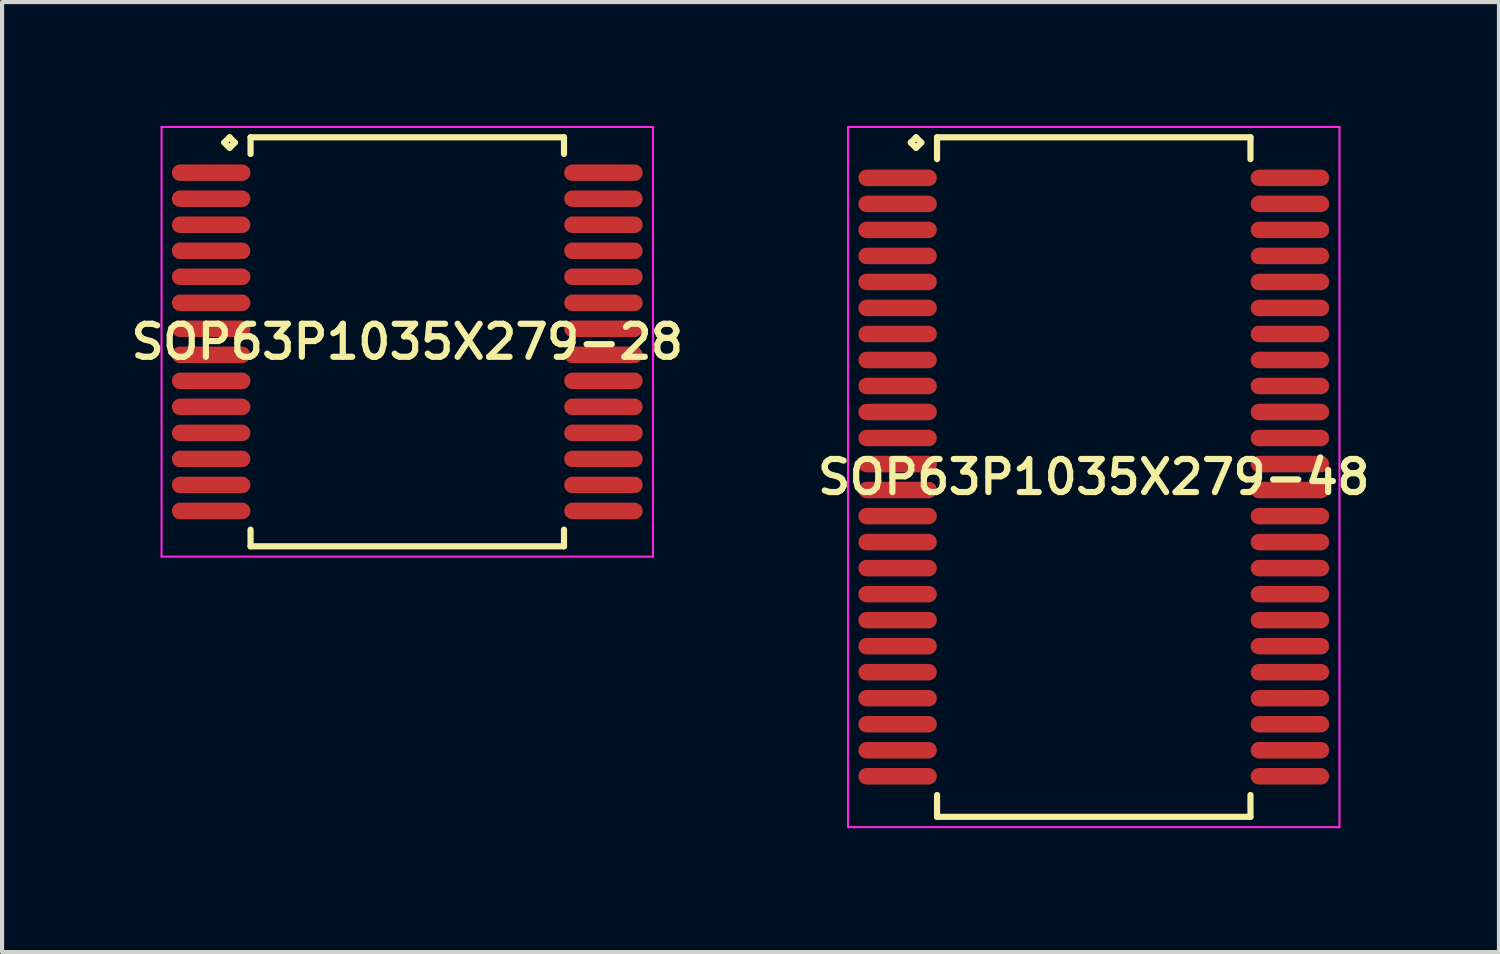
<source format=kicad_pcb>
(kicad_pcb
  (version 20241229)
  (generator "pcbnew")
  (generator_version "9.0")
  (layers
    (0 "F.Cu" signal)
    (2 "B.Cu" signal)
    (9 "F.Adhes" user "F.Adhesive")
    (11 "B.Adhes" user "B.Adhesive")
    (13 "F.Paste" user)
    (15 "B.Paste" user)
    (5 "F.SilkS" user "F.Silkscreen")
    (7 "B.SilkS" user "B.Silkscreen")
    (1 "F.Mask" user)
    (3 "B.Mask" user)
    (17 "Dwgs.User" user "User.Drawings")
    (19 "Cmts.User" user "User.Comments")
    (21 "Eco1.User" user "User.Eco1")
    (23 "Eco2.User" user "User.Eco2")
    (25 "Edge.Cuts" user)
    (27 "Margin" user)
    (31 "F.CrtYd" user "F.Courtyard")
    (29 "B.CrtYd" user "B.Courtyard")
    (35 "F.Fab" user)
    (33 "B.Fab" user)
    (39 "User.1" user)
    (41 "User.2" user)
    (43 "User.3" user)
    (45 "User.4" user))
  (footprint "SOP63P1035X279-28"
    (layer "F.Cu")
    (at 6.812 5.227)
    (property "Reference" "SOP63P1035X279-28" (at 0 0 0) (layer "F.SilkS") (effects (font (size 0.8 0.8) (thickness 0.15))))
    (attr smd)
    (fp_line (start -4.43 -4.825) (end -4.303 -4.952) (stroke (width 0.15) (type solid)) (layer "F.SilkS"))
    (fp_line (start -4.303 -4.952) (end -4.176 -4.825) (stroke (width 0.15) (type solid)) (layer "F.SilkS"))
    (fp_line (start -4.303 -4.698) (end -4.43 -4.825) (stroke (width 0.15) (type solid)) (layer "F.SilkS"))
    (fp_line (start -4.176 -4.825) (end -4.303 -4.698) (stroke (width 0.15) (type solid)) (layer "F.SilkS"))
    (fp_line (start -3.795 -4.952) (end 3.795 -4.952) (stroke (width 0.15) (type solid)) (layer "F.SilkS"))
    (fp_line (start -3.795 -4.549) (end -3.795 -4.952) (stroke (width 0.15) (type solid)) (layer "F.SilkS"))
    (fp_line (start -3.795 4.549) (end -3.795 4.952) (stroke (width 0.15) (type solid)) (layer "F.SilkS"))
    (fp_line (start -3.795 4.952) (end 3.795 4.952) (stroke (width 0.15) (type solid)) (layer "F.SilkS"))
    (fp_line (start 3.795 -4.952) (end 3.795 -4.549) (stroke (width 0.15) (type solid)) (layer "F.SilkS"))
    (fp_line (start 3.795 4.952) (end 3.795 4.549) (stroke (width 0.15) (type solid)) (layer "F.SilkS"))
    (fp_line (start -5.95 -5.202) (end 5.95 -5.202) (stroke (width 0.05) (type solid)) (layer "F.CrtYd"))
    (fp_line (start -5.95 5.202) (end -5.95 -5.202) (stroke (width 0.05) (type solid)) (layer "F.CrtYd"))
    (fp_line (start 5.95 -5.202) (end 5.95 5.202) (stroke (width 0.05) (type solid)) (layer "F.CrtYd"))
    (fp_line (start 5.95 5.202) (end -5.95 5.202) (stroke (width 0.05) (type solid)) (layer "F.CrtYd"))
    (pad "1" smd oval (at -4.75 -4.095) (size 1.9 0.4) (layers "F.Cu" "F.Mask" "F.Paste"))
    (pad "2" smd oval (at -4.75 -3.465) (size 1.9 0.4) (layers "F.Cu" "F.Mask" "F.Paste"))
    (pad "3" smd oval (at -4.75 -2.835) (size 1.9 0.4) (layers "F.Cu" "F.Mask" "F.Paste"))
    (pad "4" smd oval (at -4.75 -2.205) (size 1.9 0.4) (layers "F.Cu" "F.Mask" "F.Paste"))
    (pad "5" smd oval (at -4.75 -1.575) (size 1.9 0.4) (layers "F.Cu" "F.Mask" "F.Paste"))
    (pad "6" smd oval (at -4.75 -0.945) (size 1.9 0.4) (layers "F.Cu" "F.Mask" "F.Paste"))
    (pad "7" smd oval (at -4.75 -0.315) (size 1.9 0.4) (layers "F.Cu" "F.Mask" "F.Paste"))
    (pad "8" smd oval (at -4.75 0.315) (size 1.9 0.4) (layers "F.Cu" "F.Mask" "F.Paste"))
    (pad "9" smd oval (at -4.75 0.945) (size 1.9 0.4) (layers "F.Cu" "F.Mask" "F.Paste"))
    (pad "10" smd oval (at -4.75 1.575) (size 1.9 0.4) (layers "F.Cu" "F.Mask" "F.Paste"))
    (pad "11" smd oval (at -4.75 2.205) (size 1.9 0.4) (layers "F.Cu" "F.Mask" "F.Paste"))
    (pad "12" smd oval (at -4.75 2.835) (size 1.9 0.4) (layers "F.Cu" "F.Mask" "F.Paste"))
    (pad "13" smd oval (at -4.75 3.465) (size 1.9 0.4) (layers "F.Cu" "F.Mask" "F.Paste"))
    (pad "14" smd oval (at -4.75 4.095) (size 1.9 0.4) (layers "F.Cu" "F.Mask" "F.Paste"))
    (pad "15" smd oval (at 4.75 4.095) (size 1.9 0.4) (layers "F.Cu" "F.Mask" "F.Paste"))
    (pad "16" smd oval (at 4.75 3.465) (size 1.9 0.4) (layers "F.Cu" "F.Mask" "F.Paste"))
    (pad "17" smd oval (at 4.75 2.835) (size 1.9 0.4) (layers "F.Cu" "F.Mask" "F.Paste"))
    (pad "18" smd oval (at 4.75 2.205) (size 1.9 0.4) (layers "F.Cu" "F.Mask" "F.Paste"))
    (pad "19" smd oval (at 4.75 1.575) (size 1.9 0.4) (layers "F.Cu" "F.Mask" "F.Paste"))
    (pad "20" smd oval (at 4.75 0.945) (size 1.9 0.4) (layers "F.Cu" "F.Mask" "F.Paste"))
    (pad "21" smd oval (at 4.75 0.315) (size 1.9 0.4) (layers "F.Cu" "F.Mask" "F.Paste"))
    (pad "22" smd oval (at 4.75 -0.315) (size 1.9 0.4) (layers "F.Cu" "F.Mask" "F.Paste"))
    (pad "23" smd oval (at 4.75 -0.945) (size 1.9 0.4) (layers "F.Cu" "F.Mask" "F.Paste"))
    (pad "24" smd oval (at 4.75 -1.575) (size 1.9 0.4) (layers "F.Cu" "F.Mask" "F.Paste"))
    (pad "25" smd oval (at 4.75 -2.205) (size 1.9 0.4) (layers "F.Cu" "F.Mask" "F.Paste"))
    (pad "26" smd oval (at 4.75 -2.835) (size 1.9 0.4) (layers "F.Cu" "F.Mask" "F.Paste"))
    (pad "27" smd oval (at 4.75 -3.465) (size 1.9 0.4) (layers "F.Cu" "F.Mask" "F.Paste"))
    (pad "28" smd oval (at 4.75 -4.095) (size 1.9 0.4) (layers "F.Cu" "F.Mask" "F.Paste")))
  (footprint "SOP63P1035X279-48"
    (layer "F.Cu")
    (at 23.435 8.502)
    (property "Reference" "SOP63P1035X279-48" (at 0 0 0) (layer "F.SilkS") (effects (font (size 0.8 0.8) (thickness 0.15))))
    (attr smd)
    (fp_line (start -4.43 -8.1) (end -4.303 -8.227) (stroke (width 0.15) (type solid)) (layer "F.SilkS"))
    (fp_line (start -4.303 -8.227) (end -4.176 -8.1) (stroke (width 0.15) (type solid)) (layer "F.SilkS"))
    (fp_line (start -4.303 -7.973) (end -4.43 -8.1) (stroke (width 0.15) (type solid)) (layer "F.SilkS"))
    (fp_line (start -4.176 -8.1) (end -4.303 -7.973) (stroke (width 0.15) (type solid)) (layer "F.SilkS"))
    (fp_line (start -3.795 -8.227) (end 3.795 -8.227) (stroke (width 0.15) (type solid)) (layer "F.SilkS"))
    (fp_line (start -3.795 -7.699) (end -3.795 -8.227) (stroke (width 0.15) (type solid)) (layer "F.SilkS"))
    (fp_line (start -3.795 7.699) (end -3.795 8.227) (stroke (width 0.15) (type solid)) (layer "F.SilkS"))
    (fp_line (start -3.795 8.227) (end 3.795 8.227) (stroke (width 0.15) (type solid)) (layer "F.SilkS"))
    (fp_line (start 3.795 -8.227) (end 3.795 -7.699) (stroke (width 0.15) (type solid)) (layer "F.SilkS"))
    (fp_line (start 3.795 8.227) (end 3.795 7.699) (stroke (width 0.15) (type solid)) (layer "F.SilkS"))
    (fp_line (start -5.95 -8.477) (end 5.95 -8.477) (stroke (width 0.05) (type solid)) (layer "F.CrtYd"))
    (fp_line (start -5.95 8.477) (end -5.95 -8.477) (stroke (width 0.05) (type solid)) (layer "F.CrtYd"))
    (fp_line (start 5.95 -8.477) (end 5.95 8.477) (stroke (width 0.05) (type solid)) (layer "F.CrtYd"))
    (fp_line (start 5.95 8.477) (end -5.95 8.477) (stroke (width 0.05) (type solid)) (layer "F.CrtYd"))
    (pad "1" smd oval (at -4.75 -7.245) (size 1.9 0.4) (layers "F.Cu" "F.Mask" "F.Paste"))
    (pad "2" smd oval (at -4.75 -6.615) (size 1.9 0.4) (layers "F.Cu" "F.Mask" "F.Paste"))
    (pad "3" smd oval (at -4.75 -5.985) (size 1.9 0.4) (layers "F.Cu" "F.Mask" "F.Paste"))
    (pad "4" smd oval (at -4.75 -5.355) (size 1.9 0.4) (layers "F.Cu" "F.Mask" "F.Paste"))
    (pad "5" smd oval (at -4.75 -4.725) (size 1.9 0.4) (layers "F.Cu" "F.Mask" "F.Paste"))
    (pad "6" smd oval (at -4.75 -4.095) (size 1.9 0.4) (layers "F.Cu" "F.Mask" "F.Paste"))
    (pad "7" smd oval (at -4.75 -3.465) (size 1.9 0.4) (layers "F.Cu" "F.Mask" "F.Paste"))
    (pad "8" smd oval (at -4.75 -2.835) (size 1.9 0.4) (layers "F.Cu" "F.Mask" "F.Paste"))
    (pad "9" smd oval (at -4.75 -2.205) (size 1.9 0.4) (layers "F.Cu" "F.Mask" "F.Paste"))
    (pad "10" smd oval (at -4.75 -1.575) (size 1.9 0.4) (layers "F.Cu" "F.Mask" "F.Paste"))
    (pad "11" smd oval (at -4.75 -0.945) (size 1.9 0.4) (layers "F.Cu" "F.Mask" "F.Paste"))
    (pad "12" smd oval (at -4.75 -0.315) (size 1.9 0.4) (layers "F.Cu" "F.Mask" "F.Paste"))
    (pad "13" smd oval (at -4.75 0.315) (size 1.9 0.4) (layers "F.Cu" "F.Mask" "F.Paste"))
    (pad "14" smd oval (at -4.75 0.945) (size 1.9 0.4) (layers "F.Cu" "F.Mask" "F.Paste"))
    (pad "15" smd oval (at -4.75 1.575) (size 1.9 0.4) (layers "F.Cu" "F.Mask" "F.Paste"))
    (pad "16" smd oval (at -4.75 2.205) (size 1.9 0.4) (layers "F.Cu" "F.Mask" "F.Paste"))
    (pad "17" smd oval (at -4.75 2.835) (size 1.9 0.4) (layers "F.Cu" "F.Mask" "F.Paste"))
    (pad "18" smd oval (at -4.75 3.465) (size 1.9 0.4) (layers "F.Cu" "F.Mask" "F.Paste"))
    (pad "19" smd oval (at -4.75 4.095) (size 1.9 0.4) (layers "F.Cu" "F.Mask" "F.Paste"))
    (pad "20" smd oval (at -4.75 4.725) (size 1.9 0.4) (layers "F.Cu" "F.Mask" "F.Paste"))
    (pad "21" smd oval (at -4.75 5.355) (size 1.9 0.4) (layers "F.Cu" "F.Mask" "F.Paste"))
    (pad "22" smd oval (at -4.75 5.985) (size 1.9 0.4) (layers "F.Cu" "F.Mask" "F.Paste"))
    (pad "23" smd oval (at -4.75 6.615) (size 1.9 0.4) (layers "F.Cu" "F.Mask" "F.Paste"))
    (pad "24" smd oval (at -4.75 7.245) (size 1.9 0.4) (layers "F.Cu" "F.Mask" "F.Paste"))
    (pad "25" smd oval (at 4.75 7.245) (size 1.9 0.4) (layers "F.Cu" "F.Mask" "F.Paste"))
    (pad "26" smd oval (at 4.75 6.615) (size 1.9 0.4) (layers "F.Cu" "F.Mask" "F.Paste"))
    (pad "27" smd oval (at 4.75 5.985) (size 1.9 0.4) (layers "F.Cu" "F.Mask" "F.Paste"))
    (pad "28" smd oval (at 4.75 5.355) (size 1.9 0.4) (layers "F.Cu" "F.Mask" "F.Paste"))
    (pad "29" smd oval (at 4.75 4.725) (size 1.9 0.4) (layers "F.Cu" "F.Mask" "F.Paste"))
    (pad "30" smd oval (at 4.75 4.095) (size 1.9 0.4) (layers "F.Cu" "F.Mask" "F.Paste"))
    (pad "31" smd oval (at 4.75 3.465) (size 1.9 0.4) (layers "F.Cu" "F.Mask" "F.Paste"))
    (pad "32" smd oval (at 4.75 2.835) (size 1.9 0.4) (layers "F.Cu" "F.Mask" "F.Paste"))
    (pad "33" smd oval (at 4.75 2.205) (size 1.9 0.4) (layers "F.Cu" "F.Mask" "F.Paste"))
    (pad "34" smd oval (at 4.75 1.575) (size 1.9 0.4) (layers "F.Cu" "F.Mask" "F.Paste"))
    (pad "35" smd oval (at 4.75 0.945) (size 1.9 0.4) (layers "F.Cu" "F.Mask" "F.Paste"))
    (pad "36" smd oval (at 4.75 0.315) (size 1.9 0.4) (layers "F.Cu" "F.Mask" "F.Paste"))
    (pad "37" smd oval (at 4.75 -0.315) (size 1.9 0.4) (layers "F.Cu" "F.Mask" "F.Paste"))
    (pad "38" smd oval (at 4.75 -0.945) (size 1.9 0.4) (layers "F.Cu" "F.Mask" "F.Paste"))
    (pad "39" smd oval (at 4.75 -1.575) (size 1.9 0.4) (layers "F.Cu" "F.Mask" "F.Paste"))
    (pad "40" smd oval (at 4.75 -2.205) (size 1.9 0.4) (layers "F.Cu" "F.Mask" "F.Paste"))
    (pad "41" smd oval (at 4.75 -2.835) (size 1.9 0.4) (layers "F.Cu" "F.Mask" "F.Paste"))
    (pad "42" smd oval (at 4.75 -3.465) (size 1.9 0.4) (layers "F.Cu" "F.Mask" "F.Paste"))
    (pad "43" smd oval (at 4.75 -4.095) (size 1.9 0.4) (layers "F.Cu" "F.Mask" "F.Paste"))
    (pad "44" smd oval (at 4.75 -4.725) (size 1.9 0.4) (layers "F.Cu" "F.Mask" "F.Paste"))
    (pad "45" smd oval (at 4.75 -5.355) (size 1.9 0.4) (layers "F.Cu" "F.Mask" "F.Paste"))
    (pad "46" smd oval (at 4.75 -5.985) (size 1.9 0.4) (layers "F.Cu" "F.Mask" "F.Paste"))
    (pad "47" smd oval (at 4.75 -6.615) (size 1.9 0.4) (layers "F.Cu" "F.Mask" "F.Paste"))
    (pad "48" smd oval (at 4.75 -7.245) (size 1.9 0.4) (layers "F.Cu" "F.Mask" "F.Paste")))
  (gr_rect
    (start -3 -3)
    (end 33.247 20.004)
    (stroke (width 0.1) (type default))
    (fill no)
    (layer "Edge.Cuts")))
</source>
